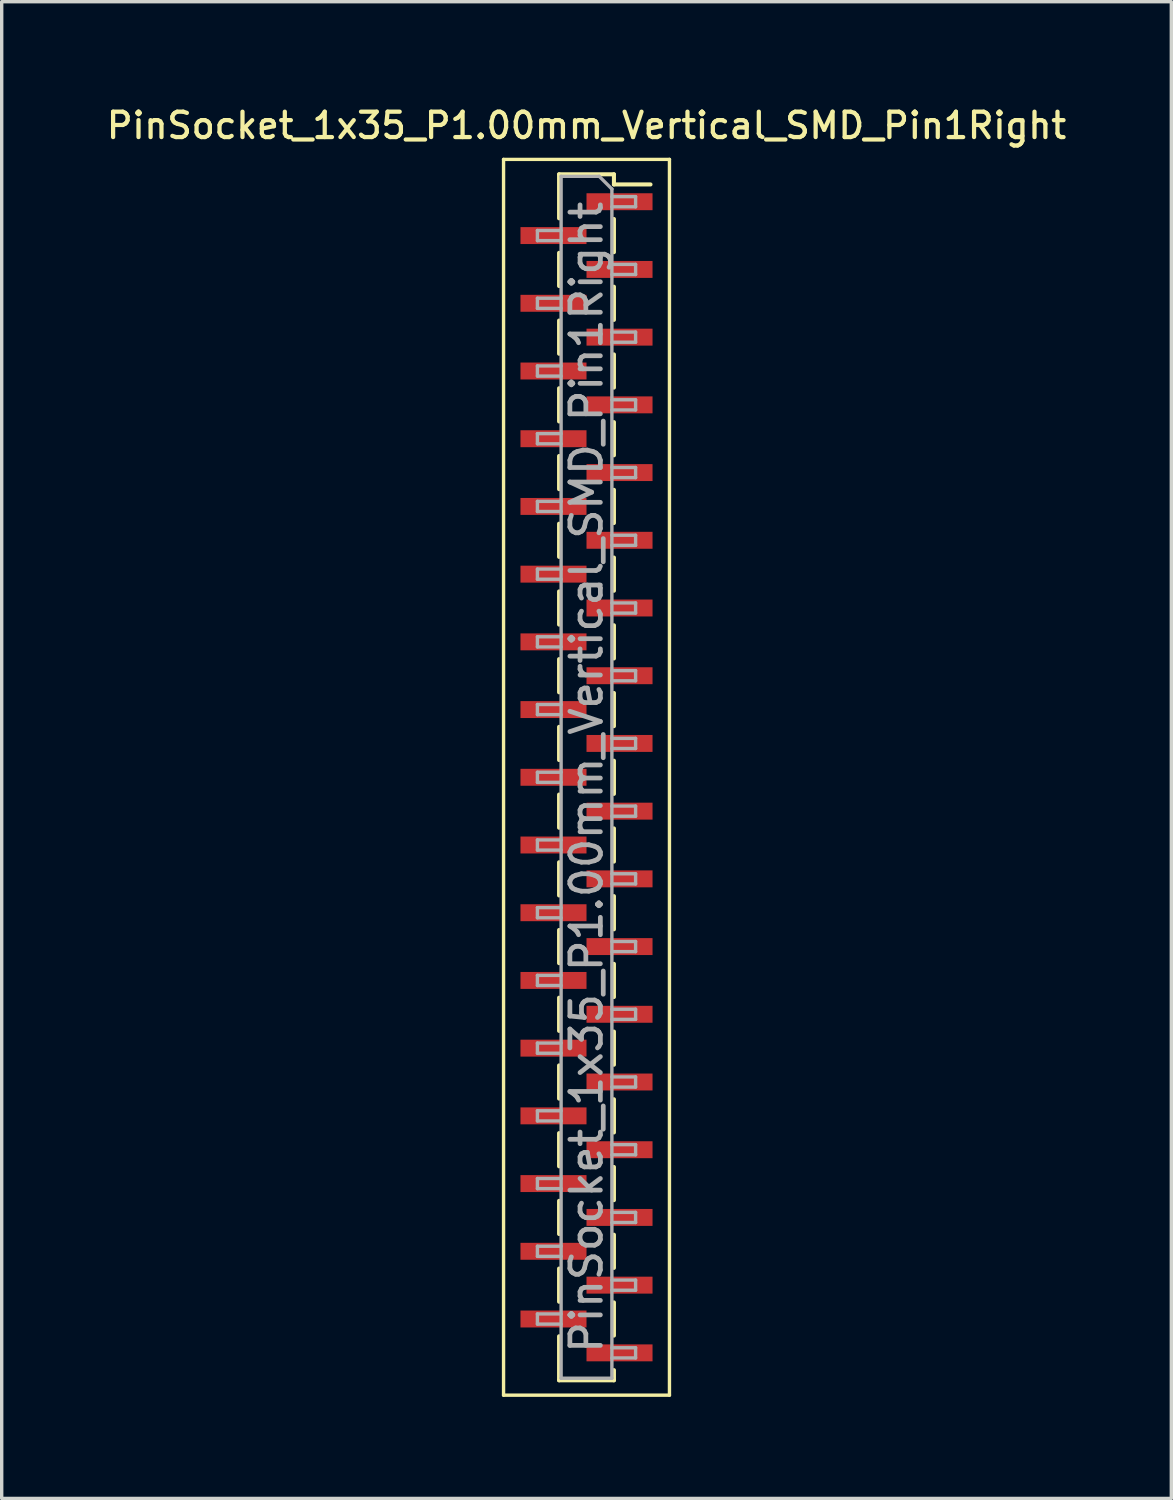
<source format=kicad_pcb>
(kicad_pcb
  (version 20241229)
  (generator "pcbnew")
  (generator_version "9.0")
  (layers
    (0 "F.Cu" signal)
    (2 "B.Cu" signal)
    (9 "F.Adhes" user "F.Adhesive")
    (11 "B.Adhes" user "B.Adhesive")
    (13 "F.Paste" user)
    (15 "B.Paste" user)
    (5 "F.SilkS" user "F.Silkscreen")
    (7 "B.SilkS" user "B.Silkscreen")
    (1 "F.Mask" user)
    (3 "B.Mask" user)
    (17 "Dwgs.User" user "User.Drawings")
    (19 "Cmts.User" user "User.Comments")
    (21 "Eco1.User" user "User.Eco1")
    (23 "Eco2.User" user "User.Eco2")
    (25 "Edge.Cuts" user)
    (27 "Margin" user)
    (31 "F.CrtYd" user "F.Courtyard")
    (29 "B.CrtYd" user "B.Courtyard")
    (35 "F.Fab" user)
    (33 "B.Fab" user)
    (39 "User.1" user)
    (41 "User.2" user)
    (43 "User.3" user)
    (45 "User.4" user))
  (footprint "PinSocket_1x35_P1.00mm_Vertical_SMD_Pin1Right"
    (layer "F.Cu")
    (at 14.273 19.908)
    (property "Reference" "PinSocket_1x35_P1.00mm_Vertical_SMD_Pin1Right" (at 0 -19.25 0) (layer "F.SilkS") (effects (font (size 0.75 0.75) (thickness 0.125))))
    (attr smd)
    (fp_line (start -2.45 -18.25) (end 2.45 -18.25) (stroke (width 0.1) (type solid)) (layer "F.SilkS"))
    (fp_line (start -2.45 18.25) (end -2.45 -18.25) (stroke (width 0.1) (type solid)) (layer "F.SilkS"))
    (fp_line (start -0.81 -17.81) (end -0.81 -16.51) (stroke (width 0.12) (type solid)) (layer "F.SilkS"))
    (fp_line (start -0.81 -17.81) (end 0.81 -17.81) (stroke (width 0.12) (type solid)) (layer "F.SilkS"))
    (fp_line (start -0.81 -15.49) (end -0.81 -14.51) (stroke (width 0.12) (type solid)) (layer "F.SilkS"))
    (fp_line (start -0.81 -13.49) (end -0.81 -12.51) (stroke (width 0.12) (type solid)) (layer "F.SilkS"))
    (fp_line (start -0.81 -11.49) (end -0.81 -10.51) (stroke (width 0.12) (type solid)) (layer "F.SilkS"))
    (fp_line (start -0.81 -9.49) (end -0.81 -8.51) (stroke (width 0.12) (type solid)) (layer "F.SilkS"))
    (fp_line (start -0.81 -7.49) (end -0.81 -6.51) (stroke (width 0.12) (type solid)) (layer "F.SilkS"))
    (fp_line (start -0.81 -5.49) (end -0.81 -4.51) (stroke (width 0.12) (type solid)) (layer "F.SilkS"))
    (fp_line (start -0.81 -3.49) (end -0.81 -2.51) (stroke (width 0.12) (type solid)) (layer "F.SilkS"))
    (fp_line (start -0.81 -1.49) (end -0.81 -0.51) (stroke (width 0.12) (type solid)) (layer "F.SilkS"))
    (fp_line (start -0.81 0.51) (end -0.81 1.49) (stroke (width 0.12) (type solid)) (layer "F.SilkS"))
    (fp_line (start -0.81 2.51) (end -0.81 3.49) (stroke (width 0.12) (type solid)) (layer "F.SilkS"))
    (fp_line (start -0.81 4.51) (end -0.81 5.49) (stroke (width 0.12) (type solid)) (layer "F.SilkS"))
    (fp_line (start -0.81 6.51) (end -0.81 7.49) (stroke (width 0.12) (type solid)) (layer "F.SilkS"))
    (fp_line (start -0.81 8.51) (end -0.81 9.49) (stroke (width 0.12) (type solid)) (layer "F.SilkS"))
    (fp_line (start -0.81 10.51) (end -0.81 11.49) (stroke (width 0.12) (type solid)) (layer "F.SilkS"))
    (fp_line (start -0.81 12.51) (end -0.81 13.49) (stroke (width 0.12) (type solid)) (layer "F.SilkS"))
    (fp_line (start -0.81 14.51) (end -0.81 15.49) (stroke (width 0.12) (type solid)) (layer "F.SilkS"))
    (fp_line (start -0.81 16.51) (end -0.81 17.81) (stroke (width 0.12) (type solid)) (layer "F.SilkS"))
    (fp_line (start -0.81 17.81) (end 0.81 17.81) (stroke (width 0.12) (type solid)) (layer "F.SilkS"))
    (fp_line (start 0.81 -17.81) (end 0.81 -17.51) (stroke (width 0.12) (type solid)) (layer "F.SilkS"))
    (fp_line (start 0.81 -17.51) (end 1.89 -17.51) (stroke (width 0.12) (type solid)) (layer "F.SilkS"))
    (fp_line (start 0.81 -16.49) (end 0.81 -15.51) (stroke (width 0.12) (type solid)) (layer "F.SilkS"))
    (fp_line (start 0.81 -14.49) (end 0.81 -13.51) (stroke (width 0.12) (type solid)) (layer "F.SilkS"))
    (fp_line (start 0.81 -12.49) (end 0.81 -11.51) (stroke (width 0.12) (type solid)) (layer "F.SilkS"))
    (fp_line (start 0.81 -10.49) (end 0.81 -9.51) (stroke (width 0.12) (type solid)) (layer "F.SilkS"))
    (fp_line (start 0.81 -8.49) (end 0.81 -7.51) (stroke (width 0.12) (type solid)) (layer "F.SilkS"))
    (fp_line (start 0.81 -6.49) (end 0.81 -5.51) (stroke (width 0.12) (type solid)) (layer "F.SilkS"))
    (fp_line (start 0.81 -4.49) (end 0.81 -3.51) (stroke (width 0.12) (type solid)) (layer "F.SilkS"))
    (fp_line (start 0.81 -2.49) (end 0.81 -1.51) (stroke (width 0.12) (type solid)) (layer "F.SilkS"))
    (fp_line (start 0.81 -0.49) (end 0.81 0.49) (stroke (width 0.12) (type solid)) (layer "F.SilkS"))
    (fp_line (start 0.81 1.51) (end 0.81 2.49) (stroke (width 0.12) (type solid)) (layer "F.SilkS"))
    (fp_line (start 0.81 3.51) (end 0.81 4.49) (stroke (width 0.12) (type solid)) (layer "F.SilkS"))
    (fp_line (start 0.81 5.51) (end 0.81 6.49) (stroke (width 0.12) (type solid)) (layer "F.SilkS"))
    (fp_line (start 0.81 7.51) (end 0.81 8.49) (stroke (width 0.12) (type solid)) (layer "F.SilkS"))
    (fp_line (start 0.81 9.51) (end 0.81 10.49) (stroke (width 0.12) (type solid)) (layer "F.SilkS"))
    (fp_line (start 0.81 11.51) (end 0.81 12.49) (stroke (width 0.12) (type solid)) (layer "F.SilkS"))
    (fp_line (start 0.81 13.51) (end 0.81 14.49) (stroke (width 0.12) (type solid)) (layer "F.SilkS"))
    (fp_line (start 0.81 15.51) (end 0.81 16.49) (stroke (width 0.12) (type solid)) (layer "F.SilkS"))
    (fp_line (start 0.81 17.51) (end 0.81 17.81) (stroke (width 0.12) (type solid)) (layer "F.SilkS"))
    (fp_line (start 2.45 -18.25) (end 2.45 18.25) (stroke (width 0.1) (type solid)) (layer "F.SilkS"))
    (fp_line (start 2.45 18.25) (end -2.45 18.25) (stroke (width 0.1) (type solid)) (layer "F.SilkS"))
    (fp_line (start -1.45 -16.15) (end -0.75 -16.15) (stroke (width 0.1) (type solid)) (layer "F.Fab"))
    (fp_line (start -1.45 -15.85) (end -1.45 -16.15) (stroke (width 0.1) (type solid)) (layer "F.Fab"))
    (fp_line (start -1.45 -14.15) (end -0.75 -14.15) (stroke (width 0.1) (type solid)) (layer "F.Fab"))
    (fp_line (start -1.45 -13.85) (end -1.45 -14.15) (stroke (width 0.1) (type solid)) (layer "F.Fab"))
    (fp_line (start -1.45 -12.15) (end -0.75 -12.15) (stroke (width 0.1) (type solid)) (layer "F.Fab"))
    (fp_line (start -1.45 -11.85) (end -1.45 -12.15) (stroke (width 0.1) (type solid)) (layer "F.Fab"))
    (fp_line (start -1.45 -10.15) (end -0.75 -10.15) (stroke (width 0.1) (type solid)) (layer "F.Fab"))
    (fp_line (start -1.45 -9.85) (end -1.45 -10.15) (stroke (width 0.1) (type solid)) (layer "F.Fab"))
    (fp_line (start -1.45 -8.15) (end -0.75 -8.15) (stroke (width 0.1) (type solid)) (layer "F.Fab"))
    (fp_line (start -1.45 -7.85) (end -1.45 -8.15) (stroke (width 0.1) (type solid)) (layer "F.Fab"))
    (fp_line (start -1.45 -6.15) (end -0.75 -6.15) (stroke (width 0.1) (type solid)) (layer "F.Fab"))
    (fp_line (start -1.45 -5.85) (end -1.45 -6.15) (stroke (width 0.1) (type solid)) (layer "F.Fab"))
    (fp_line (start -1.45 -4.15) (end -0.75 -4.15) (stroke (width 0.1) (type solid)) (layer "F.Fab"))
    (fp_line (start -1.45 -3.85) (end -1.45 -4.15) (stroke (width 0.1) (type solid)) (layer "F.Fab"))
    (fp_line (start -1.45 -2.15) (end -0.75 -2.15) (stroke (width 0.1) (type solid)) (layer "F.Fab"))
    (fp_line (start -1.45 -1.85) (end -1.45 -2.15) (stroke (width 0.1) (type solid)) (layer "F.Fab"))
    (fp_line (start -1.45 -0.15) (end -0.75 -0.15) (stroke (width 0.1) (type solid)) (layer "F.Fab"))
    (fp_line (start -1.45 0.15) (end -1.45 -0.15) (stroke (width 0.1) (type solid)) (layer "F.Fab"))
    (fp_line (start -1.45 1.85) (end -0.75 1.85) (stroke (width 0.1) (type solid)) (layer "F.Fab"))
    (fp_line (start -1.45 2.15) (end -1.45 1.85) (stroke (width 0.1) (type solid)) (layer "F.Fab"))
    (fp_line (start -1.45 3.85) (end -0.75 3.85) (stroke (width 0.1) (type solid)) (layer "F.Fab"))
    (fp_line (start -1.45 4.15) (end -1.45 3.85) (stroke (width 0.1) (type solid)) (layer "F.Fab"))
    (fp_line (start -1.45 5.85) (end -0.75 5.85) (stroke (width 0.1) (type solid)) (layer "F.Fab"))
    (fp_line (start -1.45 6.15) (end -1.45 5.85) (stroke (width 0.1) (type solid)) (layer "F.Fab"))
    (fp_line (start -1.45 7.85) (end -0.75 7.85) (stroke (width 0.1) (type solid)) (layer "F.Fab"))
    (fp_line (start -1.45 8.15) (end -1.45 7.85) (stroke (width 0.1) (type solid)) (layer "F.Fab"))
    (fp_line (start -1.45 9.85) (end -0.75 9.85) (stroke (width 0.1) (type solid)) (layer "F.Fab"))
    (fp_line (start -1.45 10.15) (end -1.45 9.85) (stroke (width 0.1) (type solid)) (layer "F.Fab"))
    (fp_line (start -1.45 11.85) (end -0.75 11.85) (stroke (width 0.1) (type solid)) (layer "F.Fab"))
    (fp_line (start -1.45 12.15) (end -1.45 11.85) (stroke (width 0.1) (type solid)) (layer "F.Fab"))
    (fp_line (start -1.45 13.85) (end -0.75 13.85) (stroke (width 0.1) (type solid)) (layer "F.Fab"))
    (fp_line (start -1.45 14.15) (end -1.45 13.85) (stroke (width 0.1) (type solid)) (layer "F.Fab"))
    (fp_line (start -1.45 15.85) (end -0.75 15.85) (stroke (width 0.1) (type solid)) (layer "F.Fab"))
    (fp_line (start -1.45 16.15) (end -1.45 15.85) (stroke (width 0.1) (type solid)) (layer "F.Fab"))
    (fp_line (start -0.75 -17.75) (end 0.375 -17.75) (stroke (width 0.1) (type solid)) (layer "F.Fab"))
    (fp_line (start -0.75 -15.85) (end -1.45 -15.85) (stroke (width 0.1) (type solid)) (layer "F.Fab"))
    (fp_line (start -0.75 -13.85) (end -1.45 -13.85) (stroke (width 0.1) (type solid)) (layer "F.Fab"))
    (fp_line (start -0.75 -11.85) (end -1.45 -11.85) (stroke (width 0.1) (type solid)) (layer "F.Fab"))
    (fp_line (start -0.75 -9.85) (end -1.45 -9.85) (stroke (width 0.1) (type solid)) (layer "F.Fab"))
    (fp_line (start -0.75 -7.85) (end -1.45 -7.85) (stroke (width 0.1) (type solid)) (layer "F.Fab"))
    (fp_line (start -0.75 -5.85) (end -1.45 -5.85) (stroke (width 0.1) (type solid)) (layer "F.Fab"))
    (fp_line (start -0.75 -3.85) (end -1.45 -3.85) (stroke (width 0.1) (type solid)) (layer "F.Fab"))
    (fp_line (start -0.75 -1.85) (end -1.45 -1.85) (stroke (width 0.1) (type solid)) (layer "F.Fab"))
    (fp_line (start -0.75 0.15) (end -1.45 0.15) (stroke (width 0.1) (type solid)) (layer "F.Fab"))
    (fp_line (start -0.75 2.15) (end -1.45 2.15) (stroke (width 0.1) (type solid)) (layer "F.Fab"))
    (fp_line (start -0.75 4.15) (end -1.45 4.15) (stroke (width 0.1) (type solid)) (layer "F.Fab"))
    (fp_line (start -0.75 6.15) (end -1.45 6.15) (stroke (width 0.1) (type solid)) (layer "F.Fab"))
    (fp_line (start -0.75 8.15) (end -1.45 8.15) (stroke (width 0.1) (type solid)) (layer "F.Fab"))
    (fp_line (start -0.75 10.15) (end -1.45 10.15) (stroke (width 0.1) (type solid)) (layer "F.Fab"))
    (fp_line (start -0.75 12.15) (end -1.45 12.15) (stroke (width 0.1) (type solid)) (layer "F.Fab"))
    (fp_line (start -0.75 14.15) (end -1.45 14.15) (stroke (width 0.1) (type solid)) (layer "F.Fab"))
    (fp_line (start -0.75 16.15) (end -1.45 16.15) (stroke (width 0.1) (type solid)) (layer "F.Fab"))
    (fp_line (start -0.75 17.75) (end -0.75 -17.75) (stroke (width 0.1) (type solid)) (layer "F.Fab"))
    (fp_line (start 0.375 -17.75) (end 0.75 -17.375) (stroke (width 0.1) (type solid)) (layer "F.Fab"))
    (fp_line (start 0.75 -17.375) (end 0.75 17.75) (stroke (width 0.1) (type solid)) (layer "F.Fab"))
    (fp_line (start 0.75 -17.15) (end 1.45 -17.15) (stroke (width 0.1) (type solid)) (layer "F.Fab"))
    (fp_line (start 0.75 -15.15) (end 1.45 -15.15) (stroke (width 0.1) (type solid)) (layer "F.Fab"))
    (fp_line (start 0.75 -13.15) (end 1.45 -13.15) (stroke (width 0.1) (type solid)) (layer "F.Fab"))
    (fp_line (start 0.75 -11.15) (end 1.45 -11.15) (stroke (width 0.1) (type solid)) (layer "F.Fab"))
    (fp_line (start 0.75 -9.15) (end 1.45 -9.15) (stroke (width 0.1) (type solid)) (layer "F.Fab"))
    (fp_line (start 0.75 -7.15) (end 1.45 -7.15) (stroke (width 0.1) (type solid)) (layer "F.Fab"))
    (fp_line (start 0.75 -5.15) (end 1.45 -5.15) (stroke (width 0.1) (type solid)) (layer "F.Fab"))
    (fp_line (start 0.75 -3.15) (end 1.45 -3.15) (stroke (width 0.1) (type solid)) (layer "F.Fab"))
    (fp_line (start 0.75 -1.15) (end 1.45 -1.15) (stroke (width 0.1) (type solid)) (layer "F.Fab"))
    (fp_line (start 0.75 0.85) (end 1.45 0.85) (stroke (width 0.1) (type solid)) (layer "F.Fab"))
    (fp_line (start 0.75 2.85) (end 1.45 2.85) (stroke (width 0.1) (type solid)) (layer "F.Fab"))
    (fp_line (start 0.75 4.85) (end 1.45 4.85) (stroke (width 0.1) (type solid)) (layer "F.Fab"))
    (fp_line (start 0.75 6.85) (end 1.45 6.85) (stroke (width 0.1) (type solid)) (layer "F.Fab"))
    (fp_line (start 0.75 8.85) (end 1.45 8.85) (stroke (width 0.1) (type solid)) (layer "F.Fab"))
    (fp_line (start 0.75 10.85) (end 1.45 10.85) (stroke (width 0.1) (type solid)) (layer "F.Fab"))
    (fp_line (start 0.75 12.85) (end 1.45 12.85) (stroke (width 0.1) (type solid)) (layer "F.Fab"))
    (fp_line (start 0.75 14.85) (end 1.45 14.85) (stroke (width 0.1) (type solid)) (layer "F.Fab"))
    (fp_line (start 0.75 16.85) (end 1.45 16.85) (stroke (width 0.1) (type solid)) (layer "F.Fab"))
    (fp_line (start 0.75 17.75) (end -0.75 17.75) (stroke (width 0.1) (type solid)) (layer "F.Fab"))
    (fp_line (start 1.45 -17.15) (end 1.45 -16.85) (stroke (width 0.1) (type solid)) (layer "F.Fab"))
    (fp_line (start 1.45 -16.85) (end 0.75 -16.85) (stroke (width 0.1) (type solid)) (layer "F.Fab"))
    (fp_line (start 1.45 -15.15) (end 1.45 -14.85) (stroke (width 0.1) (type solid)) (layer "F.Fab"))
    (fp_line (start 1.45 -14.85) (end 0.75 -14.85) (stroke (width 0.1) (type solid)) (layer "F.Fab"))
    (fp_line (start 1.45 -13.15) (end 1.45 -12.85) (stroke (width 0.1) (type solid)) (layer "F.Fab"))
    (fp_line (start 1.45 -12.85) (end 0.75 -12.85) (stroke (width 0.1) (type solid)) (layer "F.Fab"))
    (fp_line (start 1.45 -11.15) (end 1.45 -10.85) (stroke (width 0.1) (type solid)) (layer "F.Fab"))
    (fp_line (start 1.45 -10.85) (end 0.75 -10.85) (stroke (width 0.1) (type solid)) (layer "F.Fab"))
    (fp_line (start 1.45 -9.15) (end 1.45 -8.85) (stroke (width 0.1) (type solid)) (layer "F.Fab"))
    (fp_line (start 1.45 -8.85) (end 0.75 -8.85) (stroke (width 0.1) (type solid)) (layer "F.Fab"))
    (fp_line (start 1.45 -7.15) (end 1.45 -6.85) (stroke (width 0.1) (type solid)) (layer "F.Fab"))
    (fp_line (start 1.45 -6.85) (end 0.75 -6.85) (stroke (width 0.1) (type solid)) (layer "F.Fab"))
    (fp_line (start 1.45 -5.15) (end 1.45 -4.85) (stroke (width 0.1) (type solid)) (layer "F.Fab"))
    (fp_line (start 1.45 -4.85) (end 0.75 -4.85) (stroke (width 0.1) (type solid)) (layer "F.Fab"))
    (fp_line (start 1.45 -3.15) (end 1.45 -2.85) (stroke (width 0.1) (type solid)) (layer "F.Fab"))
    (fp_line (start 1.45 -2.85) (end 0.75 -2.85) (stroke (width 0.1) (type solid)) (layer "F.Fab"))
    (fp_line (start 1.45 -1.15) (end 1.45 -0.85) (stroke (width 0.1) (type solid)) (layer "F.Fab"))
    (fp_line (start 1.45 -0.85) (end 0.75 -0.85) (stroke (width 0.1) (type solid)) (layer "F.Fab"))
    (fp_line (start 1.45 0.85) (end 1.45 1.15) (stroke (width 0.1) (type solid)) (layer "F.Fab"))
    (fp_line (start 1.45 1.15) (end 0.75 1.15) (stroke (width 0.1) (type solid)) (layer "F.Fab"))
    (fp_line (start 1.45 2.85) (end 1.45 3.15) (stroke (width 0.1) (type solid)) (layer "F.Fab"))
    (fp_line (start 1.45 3.15) (end 0.75 3.15) (stroke (width 0.1) (type solid)) (layer "F.Fab"))
    (fp_line (start 1.45 4.85) (end 1.45 5.15) (stroke (width 0.1) (type solid)) (layer "F.Fab"))
    (fp_line (start 1.45 5.15) (end 0.75 5.15) (stroke (width 0.1) (type solid)) (layer "F.Fab"))
    (fp_line (start 1.45 6.85) (end 1.45 7.15) (stroke (width 0.1) (type solid)) (layer "F.Fab"))
    (fp_line (start 1.45 7.15) (end 0.75 7.15) (stroke (width 0.1) (type solid)) (layer "F.Fab"))
    (fp_line (start 1.45 8.85) (end 1.45 9.15) (stroke (width 0.1) (type solid)) (layer "F.Fab"))
    (fp_line (start 1.45 9.15) (end 0.75 9.15) (stroke (width 0.1) (type solid)) (layer "F.Fab"))
    (fp_line (start 1.45 10.85) (end 1.45 11.15) (stroke (width 0.1) (type solid)) (layer "F.Fab"))
    (fp_line (start 1.45 11.15) (end 0.75 11.15) (stroke (width 0.1) (type solid)) (layer "F.Fab"))
    (fp_line (start 1.45 12.85) (end 1.45 13.15) (stroke (width 0.1) (type solid)) (layer "F.Fab"))
    (fp_line (start 1.45 13.15) (end 0.75 13.15) (stroke (width 0.1) (type solid)) (layer "F.Fab"))
    (fp_line (start 1.45 14.85) (end 1.45 15.15) (stroke (width 0.1) (type solid)) (layer "F.Fab"))
    (fp_line (start 1.45 15.15) (end 0.75 15.15) (stroke (width 0.1) (type solid)) (layer "F.Fab"))
    (fp_line (start 1.45 16.85) (end 1.45 17.15) (stroke (width 0.1) (type solid)) (layer "F.Fab"))
    (fp_line (start 1.45 17.15) (end 0.75 17.15) (stroke (width 0.1) (type solid)) (layer "F.Fab"))
    (fp_text user "${REFERENCE}" (at 0 0 90) (layer "F.Fab") (effects (font (size 0.9 0.9) (thickness 0.14))))
    (pad "1" smd rect (at 0.975 -17) (size 1.95 0.5) (layers "F.Cu" "F.Mask" "F.Paste"))
    (pad "2" smd rect (at -0.975 -16) (size 1.95 0.5) (layers "F.Cu" "F.Mask" "F.Paste"))
    (pad "3" smd rect (at 0.975 -15) (size 1.95 0.5) (layers "F.Cu" "F.Mask" "F.Paste"))
    (pad "4" smd rect (at -0.975 -14) (size 1.95 0.5) (layers "F.Cu" "F.Mask" "F.Paste"))
    (pad "5" smd rect (at 0.975 -13) (size 1.95 0.5) (layers "F.Cu" "F.Mask" "F.Paste"))
    (pad "6" smd rect (at -0.975 -12) (size 1.95 0.5) (layers "F.Cu" "F.Mask" "F.Paste"))
    (pad "7" smd rect (at 0.975 -11) (size 1.95 0.5) (layers "F.Cu" "F.Mask" "F.Paste"))
    (pad "8" smd rect (at -0.975 -10) (size 1.95 0.5) (layers "F.Cu" "F.Mask" "F.Paste"))
    (pad "9" smd rect (at 0.975 -9) (size 1.95 0.5) (layers "F.Cu" "F.Mask" "F.Paste"))
    (pad "10" smd rect (at -0.975 -8) (size 1.95 0.5) (layers "F.Cu" "F.Mask" "F.Paste"))
    (pad "11" smd rect (at 0.975 -7) (size 1.95 0.5) (layers "F.Cu" "F.Mask" "F.Paste"))
    (pad "12" smd rect (at -0.975 -6) (size 1.95 0.5) (layers "F.Cu" "F.Mask" "F.Paste"))
    (pad "13" smd rect (at 0.975 -5) (size 1.95 0.5) (layers "F.Cu" "F.Mask" "F.Paste"))
    (pad "14" smd rect (at -0.975 -4) (size 1.95 0.5) (layers "F.Cu" "F.Mask" "F.Paste"))
    (pad "15" smd rect (at 0.975 -3) (size 1.95 0.5) (layers "F.Cu" "F.Mask" "F.Paste"))
    (pad "16" smd rect (at -0.975 -2) (size 1.95 0.5) (layers "F.Cu" "F.Mask" "F.Paste"))
    (pad "17" smd rect (at 0.975 -1) (size 1.95 0.5) (layers "F.Cu" "F.Mask" "F.Paste"))
    (pad "18" smd rect (at -0.975 0) (size 1.95 0.5) (layers "F.Cu" "F.Mask" "F.Paste"))
    (pad "19" smd rect (at 0.975 1) (size 1.95 0.5) (layers "F.Cu" "F.Mask" "F.Paste"))
    (pad "20" smd rect (at -0.975 2) (size 1.95 0.5) (layers "F.Cu" "F.Mask" "F.Paste"))
    (pad "21" smd rect (at 0.975 3) (size 1.95 0.5) (layers "F.Cu" "F.Mask" "F.Paste"))
    (pad "22" smd rect (at -0.975 4) (size 1.95 0.5) (layers "F.Cu" "F.Mask" "F.Paste"))
    (pad "23" smd rect (at 0.975 5) (size 1.95 0.5) (layers "F.Cu" "F.Mask" "F.Paste"))
    (pad "24" smd rect (at -0.975 6) (size 1.95 0.5) (layers "F.Cu" "F.Mask" "F.Paste"))
    (pad "25" smd rect (at 0.975 7) (size 1.95 0.5) (layers "F.Cu" "F.Mask" "F.Paste"))
    (pad "26" smd rect (at -0.975 8) (size 1.95 0.5) (layers "F.Cu" "F.Mask" "F.Paste"))
    (pad "27" smd rect (at 0.975 9) (size 1.95 0.5) (layers "F.Cu" "F.Mask" "F.Paste"))
    (pad "28" smd rect (at -0.975 10) (size 1.95 0.5) (layers "F.Cu" "F.Mask" "F.Paste"))
    (pad "29" smd rect (at 0.975 11) (size 1.95 0.5) (layers "F.Cu" "F.Mask" "F.Paste"))
    (pad "30" smd rect (at -0.975 12) (size 1.95 0.5) (layers "F.Cu" "F.Mask" "F.Paste"))
    (pad "31" smd rect (at 0.975 13) (size 1.95 0.5) (layers "F.Cu" "F.Mask" "F.Paste"))
    (pad "32" smd rect (at -0.975 14) (size 1.95 0.5) (layers "F.Cu" "F.Mask" "F.Paste"))
    (pad "33" smd rect (at 0.975 15) (size 1.95 0.5) (layers "F.Cu" "F.Mask" "F.Paste"))
    (pad "34" smd rect (at -0.975 16) (size 1.95 0.5) (layers "F.Cu" "F.Mask" "F.Paste"))
    (pad "35" smd rect (at 0.975 17) (size 1.95 0.5) (layers "F.Cu" "F.Mask" "F.Paste")))
  (gr_rect
    (start -3 -3)
    (end 31.546 41.208)
    (stroke (width 0.1) (type default))
    (fill no)
    (layer "Edge.Cuts")))
</source>
